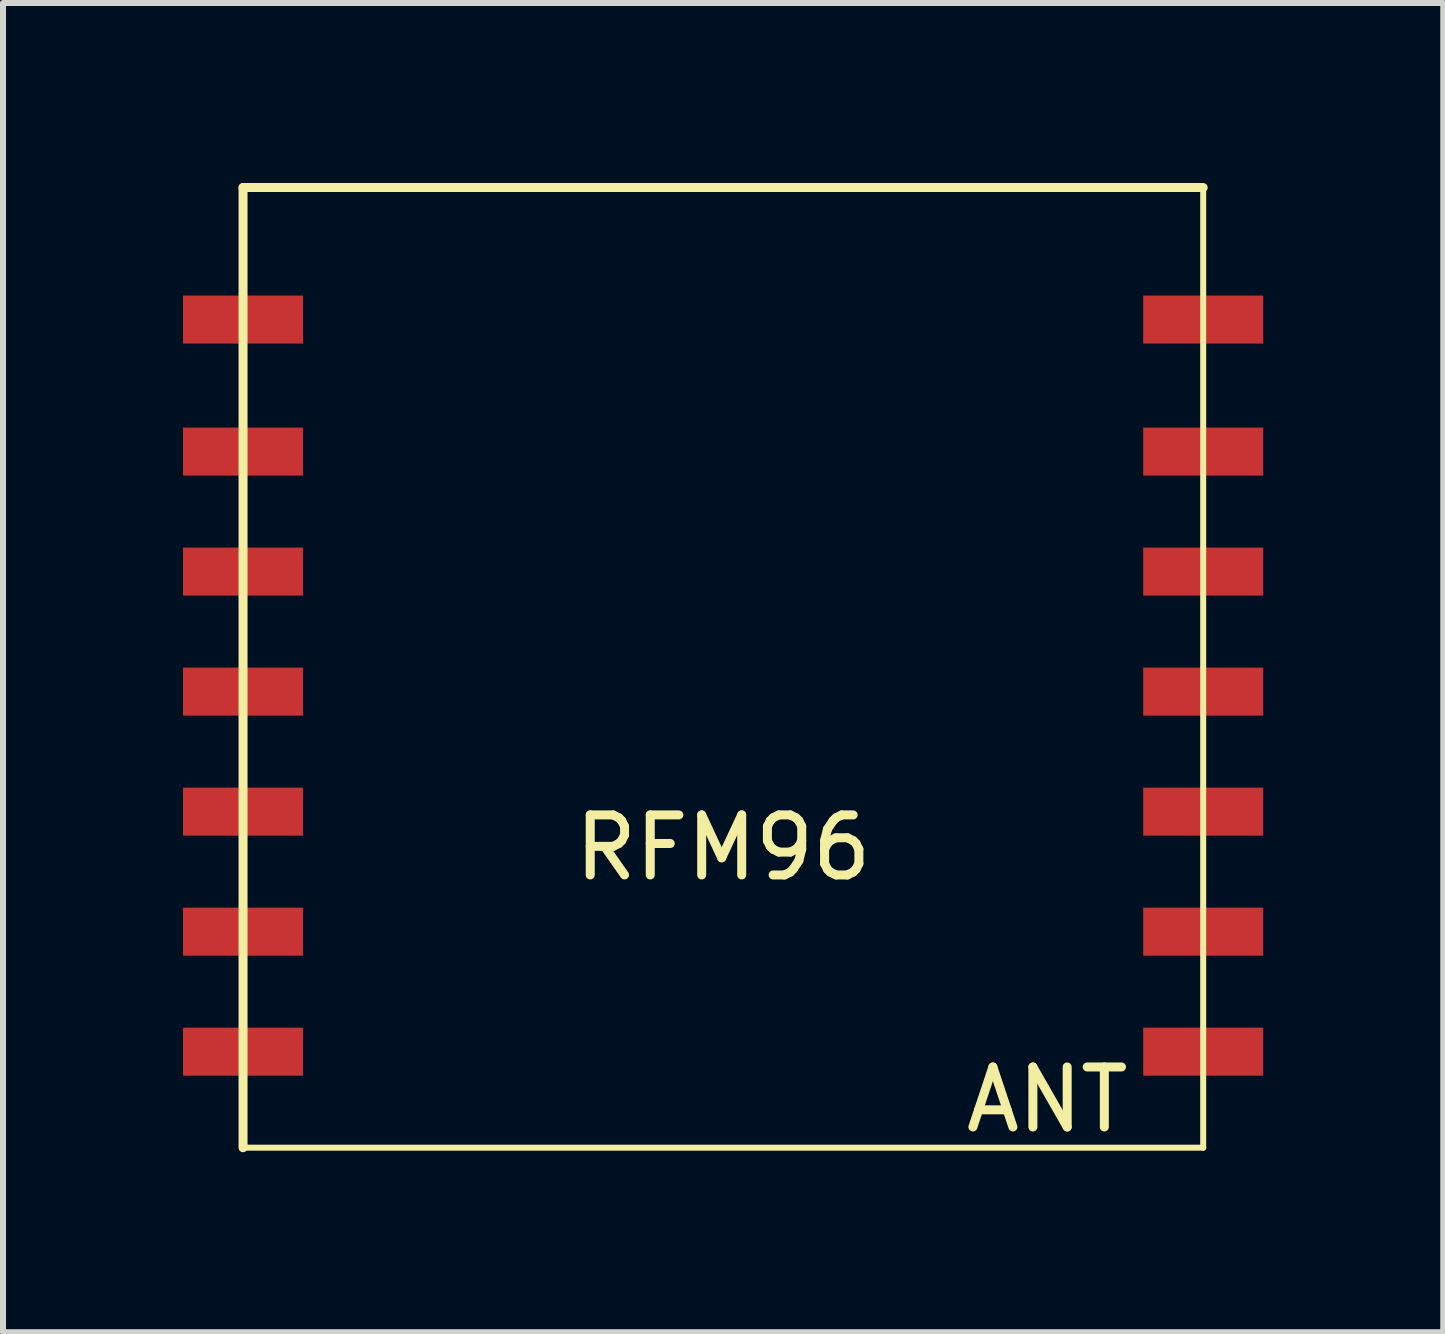
<source format=kicad_pcb>
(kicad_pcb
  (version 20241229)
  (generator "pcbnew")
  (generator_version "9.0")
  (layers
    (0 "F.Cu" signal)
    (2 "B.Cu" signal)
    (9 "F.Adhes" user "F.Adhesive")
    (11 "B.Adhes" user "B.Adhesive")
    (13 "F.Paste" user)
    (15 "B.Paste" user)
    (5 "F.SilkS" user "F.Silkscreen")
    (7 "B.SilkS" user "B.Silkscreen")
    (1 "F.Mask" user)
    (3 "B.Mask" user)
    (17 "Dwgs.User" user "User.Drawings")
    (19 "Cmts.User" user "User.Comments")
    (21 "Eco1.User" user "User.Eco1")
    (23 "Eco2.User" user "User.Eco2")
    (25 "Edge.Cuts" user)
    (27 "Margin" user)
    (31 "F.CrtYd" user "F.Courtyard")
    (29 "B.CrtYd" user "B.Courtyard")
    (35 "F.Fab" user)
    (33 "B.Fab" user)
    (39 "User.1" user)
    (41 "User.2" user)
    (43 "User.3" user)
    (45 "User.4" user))
  (footprint "RFM96"
    (layer "F.Cu")
    (at 1 7.075)
    (property "Reference" "RFM96" (at 8 4 0) (layer "F.SilkS") (effects (font (size 1 1) (thickness 0.15))))
    (attr through_hole)
    (fp_line (start 0 -7) (end 16 -7) (stroke (width 0.15) (type solid)) (layer "F.SilkS"))
    (fp_line (start 0 9) (end 0 -7) (stroke (width 0.15) (type solid)) (layer "F.SilkS"))
    (fp_line (start 16 -7) (end 16 9) (stroke (width 0.1) (type solid)) (layer "F.SilkS"))
    (fp_line (start 16 9) (end 0 9) (stroke (width 0.1) (type solid)) (layer "F.SilkS"))
    (fp_text user "ANT" (at 13.4 8.2 0) (layer "F.SilkS") (effects (font (size 1 1) (thickness 0.15))))
    (pad "1" connect rect (at 16 7.4) (size 2 0.8) (layers "F.Cu" "F.Mask"))
    (pad "2" connect rect (at 16 5.4) (size 2 0.8) (layers "F.Cu" "F.Mask"))
    (pad "3" connect rect (at 16 3.4) (size 2 0.8) (layers "F.Cu" "F.Mask"))
    (pad "4" connect rect (at 16 1.4) (size 2 0.8) (layers "F.Cu" "F.Mask"))
    (pad "5" connect rect (at 16 -0.6) (size 2 0.8) (layers "F.Cu" "F.Mask"))
    (pad "6" connect rect (at 16 -2.6) (size 2 0.8) (layers "F.Cu" "F.Mask"))
    (pad "7" connect rect (at 16 -4.8) (size 2 0.8) (layers "F.Cu" "F.Mask"))
    (pad "8" connect rect (at 0 -4.8) (size 2 0.8) (layers "F.Cu" "F.Mask"))
    (pad "9" connect rect (at 0 -2.6) (size 2 0.8) (layers "F.Cu" "F.Mask"))
    (pad "10" connect rect (at 0 -0.6) (size 2 0.8) (layers "F.Cu" "F.Mask"))
    (pad "11" connect rect (at 0 1.4) (size 2 0.8) (layers "F.Cu" "F.Mask"))
    (pad "12" connect rect (at 0 3.4) (size 2 0.8) (layers "F.Cu" "F.Mask"))
    (pad "13" connect rect (at 0 5.4) (size 2 0.8) (layers "F.Cu" "F.Mask"))
    (pad "14" connect rect (at 0 7.4) (size 2 0.8) (layers "F.Cu" "F.Mask")))
  (gr_rect
    (start -3 -3)
    (end 21 19.15)
    (stroke (width 0.1) (type default))
    (fill no)
    (layer "Edge.Cuts")))
</source>
